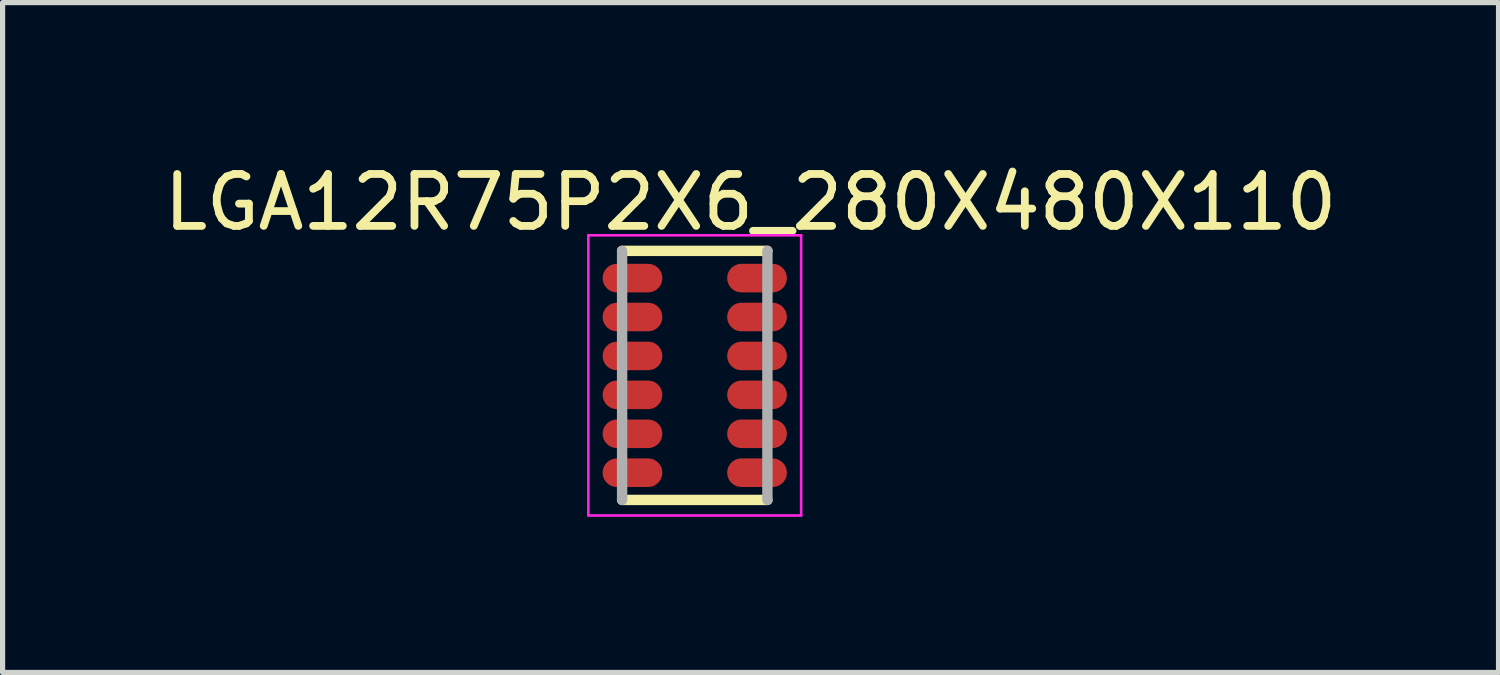
<source format=kicad_pcb>
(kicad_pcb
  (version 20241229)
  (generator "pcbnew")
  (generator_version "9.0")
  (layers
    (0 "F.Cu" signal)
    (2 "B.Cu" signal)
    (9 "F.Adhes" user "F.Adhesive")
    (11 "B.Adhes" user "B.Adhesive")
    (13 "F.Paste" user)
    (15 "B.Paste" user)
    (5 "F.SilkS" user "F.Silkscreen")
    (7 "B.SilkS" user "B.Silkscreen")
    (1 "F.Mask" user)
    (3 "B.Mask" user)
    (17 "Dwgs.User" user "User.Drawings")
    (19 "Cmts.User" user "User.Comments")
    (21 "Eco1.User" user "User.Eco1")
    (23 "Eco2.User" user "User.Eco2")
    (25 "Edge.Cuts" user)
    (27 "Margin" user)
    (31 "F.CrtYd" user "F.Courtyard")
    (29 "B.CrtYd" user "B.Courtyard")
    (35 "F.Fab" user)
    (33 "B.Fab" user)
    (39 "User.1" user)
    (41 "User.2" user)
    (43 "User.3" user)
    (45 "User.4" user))
  (footprint "LGA12R75P2X6_280X480X110"
    (layer "F.Cu")
    (at 10.338 4.184)
    (property "Reference" "LGA12R75P2X6_280X480X110" (at 1.075 -3.336 0) (layer "F.SilkS") (effects (font (size 1 1) (thickness 0.15))))
    (attr smd)
    (fp_line (start -1.4 -2.4) (end 1.4 -2.4) (stroke (width 0.2) (type solid)) (layer "F.SilkS"))
    (fp_line (start 1.4 2.4) (end -1.4 2.4) (stroke (width 0.2) (type solid)) (layer "F.SilkS"))
    (fp_line (start -2.05 -2.7) (end 2.05 -2.7) (stroke (width 0.05) (type solid)) (layer "F.CrtYd"))
    (fp_line (start -2.05 2.7) (end -2.05 -2.7) (stroke (width 0.05) (type solid)) (layer "F.CrtYd"))
    (fp_line (start 2.05 -2.7) (end 2.05 2.7) (stroke (width 0.05) (type solid)) (layer "F.CrtYd"))
    (fp_line (start 2.05 2.7) (end -2.05 2.7) (stroke (width 0.05) (type solid)) (layer "F.CrtYd"))
    (fp_line (start -1.4 2.4) (end -1.4 -2.4) (stroke (width 0.2) (type solid)) (layer "F.Fab"))
    (fp_line (start 1.4 -2.4) (end 1.4 2.4) (stroke (width 0.2) (type solid)) (layer "F.Fab"))
    (pad "1" smd oval (at -1.2 -1.875) (size 1.15 0.55) (layers "F.Cu" "F.Mask" "F.Paste"))
    (pad "2" smd oval (at -1.2 -1.125) (size 1.15 0.55) (layers "F.Cu" "F.Mask" "F.Paste"))
    (pad "3" smd oval (at -1.2 -0.375) (size 1.15 0.55) (layers "F.Cu" "F.Mask" "F.Paste"))
    (pad "4" smd oval (at -1.2 0.375) (size 1.15 0.55) (layers "F.Cu" "F.Mask" "F.Paste"))
    (pad "5" smd oval (at -1.2 1.125) (size 1.15 0.55) (layers "F.Cu" "F.Mask" "F.Paste"))
    (pad "6" smd oval (at -1.2 1.875) (size 1.15 0.55) (layers "F.Cu" "F.Mask" "F.Paste"))
    (pad "7" smd oval (at 1.2 1.875) (size 1.15 0.55) (layers "F.Cu" "F.Mask" "F.Paste"))
    (pad "8" smd oval (at 1.2 1.125) (size 1.15 0.55) (layers "F.Cu" "F.Mask" "F.Paste"))
    (pad "9" smd oval (at 1.2 0.375) (size 1.15 0.55) (layers "F.Cu" "F.Mask" "F.Paste"))
    (pad "10" smd oval (at 1.2 -0.375) (size 1.15 0.55) (layers "F.Cu" "F.Mask" "F.Paste"))
    (pad "11" smd oval (at 1.2 -1.125) (size 1.15 0.55) (layers "F.Cu" "F.Mask" "F.Paste"))
    (pad "12" smd oval (at 1.2 -1.875) (size 1.15 0.55) (layers "F.Cu" "F.Mask" "F.Paste")))
  (gr_rect
    (start -3 -3)
    (end 25.827 9.909)
    (stroke (width 0.1) (type default))
    (fill no)
    (layer "Edge.Cuts")))
</source>
